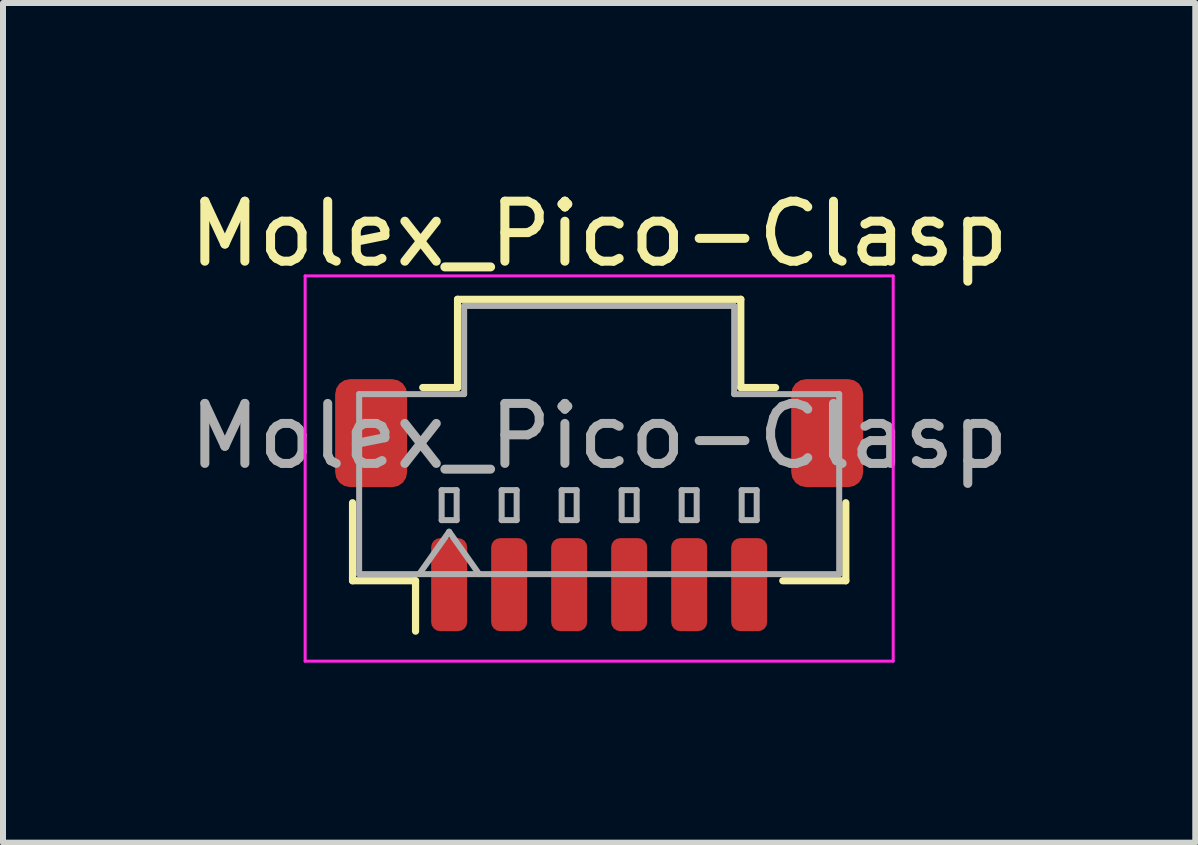
<source format=kicad_pcb>
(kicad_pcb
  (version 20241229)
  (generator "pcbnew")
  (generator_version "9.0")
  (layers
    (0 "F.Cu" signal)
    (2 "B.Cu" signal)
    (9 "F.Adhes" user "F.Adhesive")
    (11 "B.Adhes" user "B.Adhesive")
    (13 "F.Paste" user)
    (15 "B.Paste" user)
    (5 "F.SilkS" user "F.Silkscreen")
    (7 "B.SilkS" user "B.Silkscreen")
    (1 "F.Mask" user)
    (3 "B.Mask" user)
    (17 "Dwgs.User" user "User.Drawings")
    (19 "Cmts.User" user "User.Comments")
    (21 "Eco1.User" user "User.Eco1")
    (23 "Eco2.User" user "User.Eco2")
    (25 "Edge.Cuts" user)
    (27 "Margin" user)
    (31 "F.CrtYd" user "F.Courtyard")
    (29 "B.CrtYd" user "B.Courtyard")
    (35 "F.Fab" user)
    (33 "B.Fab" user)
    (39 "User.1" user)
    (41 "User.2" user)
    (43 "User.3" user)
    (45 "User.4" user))
  (footprint "Molex_Pico-Clasp"
    (layer "F.Cu")
    (at 6.935 5.368)
    (property "Reference" "Molex_Pico-Clasp" (at 0 -4.52 0) (layer "F.SilkS") (effects (font (size 1 1) (thickness 0.15))))
    (attr smd)
    (fp_line (start -4.11 -0.04) (end -4.11 1.26) (stroke (width 0.12) (type solid)) (layer "F.SilkS"))
    (fp_line (start -4.11 1.26) (end -3.06 1.26) (stroke (width 0.12) (type solid)) (layer "F.SilkS"))
    (fp_line (start -3.06 1.26) (end -3.06 2.1) (stroke (width 0.12) (type solid)) (layer "F.SilkS"))
    (fp_line (start -2.94 -1.96) (end -2.36 -1.96) (stroke (width 0.12) (type solid)) (layer "F.SilkS"))
    (fp_line (start -2.36 -3.43) (end 2.36 -3.43) (stroke (width 0.12) (type solid)) (layer "F.SilkS"))
    (fp_line (start -2.36 -1.96) (end -2.36 -3.43) (stroke (width 0.12) (type solid)) (layer "F.SilkS"))
    (fp_line (start 2.36 -3.43) (end 2.36 -1.96) (stroke (width 0.12) (type solid)) (layer "F.SilkS"))
    (fp_line (start 2.36 -1.96) (end 2.94 -1.96) (stroke (width 0.12) (type solid)) (layer "F.SilkS"))
    (fp_line (start 4.11 -0.04) (end 4.11 1.26) (stroke (width 0.12) (type solid)) (layer "F.SilkS"))
    (fp_line (start 4.11 1.26) (end 3.06 1.26) (stroke (width 0.12) (type solid)) (layer "F.SilkS"))
    (fp_line (start -4.9 -3.82) (end -4.9 2.6) (stroke (width 0.05) (type solid)) (layer "F.CrtYd"))
    (fp_line (start -4.9 2.6) (end 4.9 2.6) (stroke (width 0.05) (type solid)) (layer "F.CrtYd"))
    (fp_line (start 4.9 -3.82) (end -4.9 -3.82) (stroke (width 0.05) (type solid)) (layer "F.CrtYd"))
    (fp_line (start 4.9 2.6) (end 4.9 -3.82) (stroke (width 0.05) (type solid)) (layer "F.CrtYd"))
    (fp_line (start -4 -1.85) (end -2.25 -1.85) (stroke (width 0.1) (type solid)) (layer "F.Fab"))
    (fp_line (start -4 1.15) (end -4 -1.85) (stroke (width 0.1) (type solid)) (layer "F.Fab"))
    (fp_line (start -4 1.15) (end 4 1.15) (stroke (width 0.1) (type solid)) (layer "F.Fab"))
    (fp_line (start -3 1.15) (end -2.5 0.443) (stroke (width 0.1) (type solid)) (layer "F.Fab"))
    (fp_line (start -2.625 -0.25) (end -2.625 0.25) (stroke (width 0.1) (type solid)) (layer "F.Fab"))
    (fp_line (start -2.625 0.25) (end -2.375 0.25) (stroke (width 0.1) (type solid)) (layer "F.Fab"))
    (fp_line (start -2.5 0.443) (end -2 1.15) (stroke (width 0.1) (type solid)) (layer "F.Fab"))
    (fp_line (start -2.375 -0.25) (end -2.625 -0.25) (stroke (width 0.1) (type solid)) (layer "F.Fab"))
    (fp_line (start -2.375 0.25) (end -2.375 -0.25) (stroke (width 0.1) (type solid)) (layer "F.Fab"))
    (fp_line (start -2.25 -3.32) (end 2.25 -3.32) (stroke (width 0.1) (type solid)) (layer "F.Fab"))
    (fp_line (start -2.25 -1.85) (end -2.25 -3.32) (stroke (width 0.1) (type solid)) (layer "F.Fab"))
    (fp_line (start -1.625 -0.25) (end -1.625 0.25) (stroke (width 0.1) (type solid)) (layer "F.Fab"))
    (fp_line (start -1.625 0.25) (end -1.375 0.25) (stroke (width 0.1) (type solid)) (layer "F.Fab"))
    (fp_line (start -1.375 -0.25) (end -1.625 -0.25) (stroke (width 0.1) (type solid)) (layer "F.Fab"))
    (fp_line (start -1.375 0.25) (end -1.375 -0.25) (stroke (width 0.1) (type solid)) (layer "F.Fab"))
    (fp_line (start -0.625 -0.25) (end -0.625 0.25) (stroke (width 0.1) (type solid)) (layer "F.Fab"))
    (fp_line (start -0.625 0.25) (end -0.375 0.25) (stroke (width 0.1) (type solid)) (layer "F.Fab"))
    (fp_line (start -0.375 -0.25) (end -0.625 -0.25) (stroke (width 0.1) (type solid)) (layer "F.Fab"))
    (fp_line (start -0.375 0.25) (end -0.375 -0.25) (stroke (width 0.1) (type solid)) (layer "F.Fab"))
    (fp_line (start 0.375 -0.25) (end 0.375 0.25) (stroke (width 0.1) (type solid)) (layer "F.Fab"))
    (fp_line (start 0.375 0.25) (end 0.625 0.25) (stroke (width 0.1) (type solid)) (layer "F.Fab"))
    (fp_line (start 0.625 -0.25) (end 0.375 -0.25) (stroke (width 0.1) (type solid)) (layer "F.Fab"))
    (fp_line (start 0.625 0.25) (end 0.625 -0.25) (stroke (width 0.1) (type solid)) (layer "F.Fab"))
    (fp_line (start 1.375 -0.25) (end 1.375 0.25) (stroke (width 0.1) (type solid)) (layer "F.Fab"))
    (fp_line (start 1.375 0.25) (end 1.625 0.25) (stroke (width 0.1) (type solid)) (layer "F.Fab"))
    (fp_line (start 1.625 -0.25) (end 1.375 -0.25) (stroke (width 0.1) (type solid)) (layer "F.Fab"))
    (fp_line (start 1.625 0.25) (end 1.625 -0.25) (stroke (width 0.1) (type solid)) (layer "F.Fab"))
    (fp_line (start 2.25 -3.32) (end 2.25 -1.85) (stroke (width 0.1) (type solid)) (layer "F.Fab"))
    (fp_line (start 2.25 -1.85) (end 4 -1.85) (stroke (width 0.1) (type solid)) (layer "F.Fab"))
    (fp_line (start 2.375 -0.25) (end 2.375 0.25) (stroke (width 0.1) (type solid)) (layer "F.Fab"))
    (fp_line (start 2.375 0.25) (end 2.625 0.25) (stroke (width 0.1) (type solid)) (layer "F.Fab"))
    (fp_line (start 2.625 -0.25) (end 2.375 -0.25) (stroke (width 0.1) (type solid)) (layer "F.Fab"))
    (fp_line (start 2.625 0.25) (end 2.625 -0.25) (stroke (width 0.1) (type solid)) (layer "F.Fab"))
    (fp_line (start 4 1.15) (end 4 -1.85) (stroke (width 0.1) (type solid)) (layer "F.Fab"))
    (fp_text user "${REFERENCE}" (at 0 -1.15 0) (layer "F.Fab") (effects (font (size 1 1) (thickness 0.15))))
    (pad "1" smd roundrect (at -2.5 1.325) (size 0.6 1.55) (layers "F.Cu" "F.Mask" "F.Paste") (roundrect_rratio 0.25))
    (pad "2" smd roundrect (at -1.5 1.325) (size 0.6 1.55) (layers "F.Cu" "F.Mask" "F.Paste") (roundrect_rratio 0.25))
    (pad "3" smd roundrect (at -0.5 1.325) (size 0.6 1.55) (layers "F.Cu" "F.Mask" "F.Paste") (roundrect_rratio 0.25))
    (pad "4" smd roundrect (at 0.5 1.325) (size 0.6 1.55) (layers "F.Cu" "F.Mask" "F.Paste") (roundrect_rratio 0.25))
    (pad "5" smd roundrect (at 1.5 1.325) (size 0.6 1.55) (layers "F.Cu" "F.Mask" "F.Paste") (roundrect_rratio 0.25))
    (pad "6" smd roundrect (at -3.8 -1.2) (size 1.2 1.8) (layers "F.Cu" "F.Mask" "F.Paste") (roundrect_rratio 0.208))
    (pad "6" smd roundrect (at 2.5 1.325) (size 0.6 1.55) (layers "F.Cu" "F.Mask" "F.Paste") (roundrect_rratio 0.25))
    (pad "6" smd roundrect (at 3.8 -1.2) (size 1.2 1.8) (layers "F.Cu" "F.Mask" "F.Paste") (roundrect_rratio 0.208)))
  (gr_rect
    (start -3 -3)
    (end 16.869 10.993)
    (stroke (width 0.1) (type default))
    (fill no)
    (layer "Edge.Cuts")))
</source>
